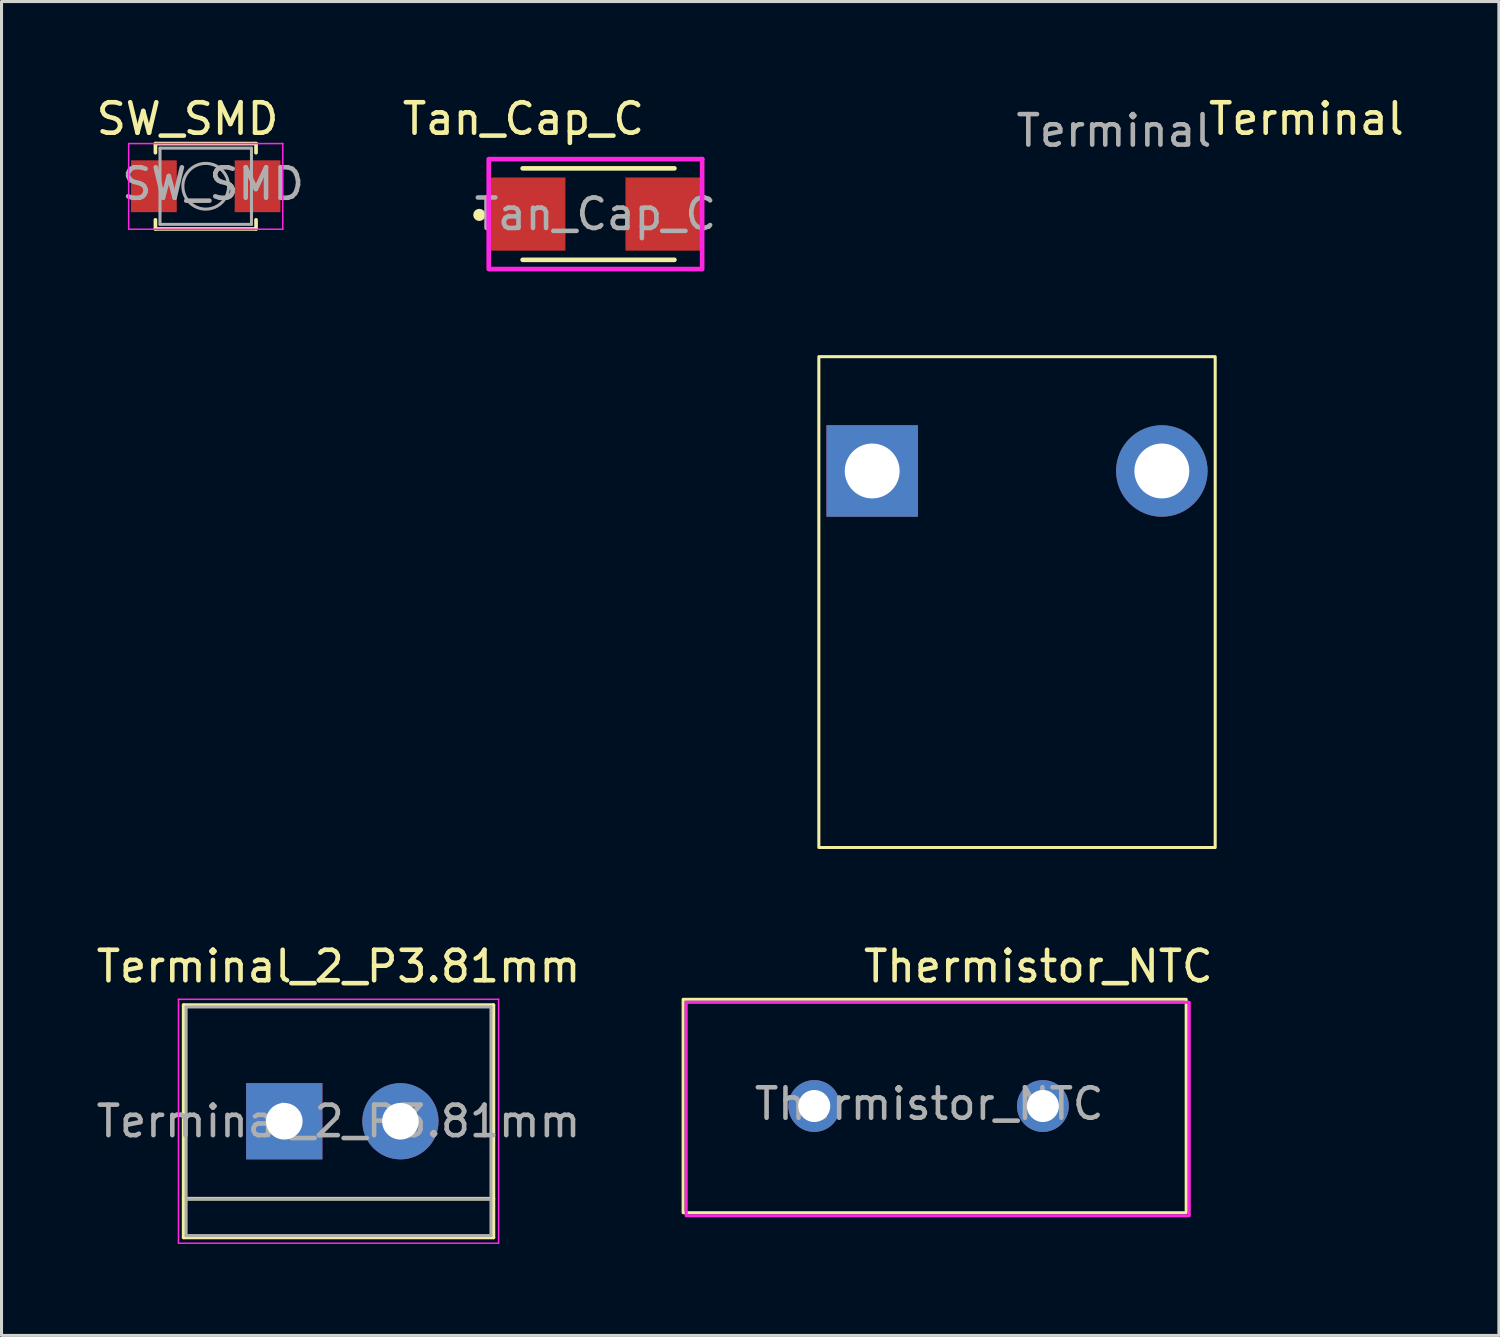
<source format=kicad_pcb>
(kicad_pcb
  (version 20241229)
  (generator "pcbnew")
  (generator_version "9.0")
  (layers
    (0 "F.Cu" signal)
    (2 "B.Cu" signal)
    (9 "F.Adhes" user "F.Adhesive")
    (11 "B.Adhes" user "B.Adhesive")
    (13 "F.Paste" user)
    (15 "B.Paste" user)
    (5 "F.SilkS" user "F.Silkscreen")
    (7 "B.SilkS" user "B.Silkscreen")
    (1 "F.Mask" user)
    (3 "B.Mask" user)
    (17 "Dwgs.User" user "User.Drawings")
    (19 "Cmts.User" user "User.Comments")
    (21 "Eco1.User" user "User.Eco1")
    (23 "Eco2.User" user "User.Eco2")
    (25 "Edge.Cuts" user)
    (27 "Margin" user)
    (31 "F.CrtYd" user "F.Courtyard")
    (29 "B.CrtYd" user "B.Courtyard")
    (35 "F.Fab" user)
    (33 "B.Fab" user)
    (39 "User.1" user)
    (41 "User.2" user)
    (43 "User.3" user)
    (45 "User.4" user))
  (footprint "Terminal"
    (layer "F.Cu")
    (at 23.808 8.648)
    (property "Reference" "Terminal" (at 15.99 -7.8 0) (unlocked yes) (layer "F.SilkS") (effects (font (size 1 1) (thickness 0.15))))
    (attr through_hole)
    (fp_rect (start 0 0) (end 13 16.1) (stroke (width 0.1) (type default)) (fill no) (layer "F.SilkS"))
    (fp_text user "${REFERENCE}" (at 9.68 -7.41 0) (unlocked yes) (layer "F.Fab") (effects (font (size 1 1) (thickness 0.15))))
    (pad "1" thru_hole rect (at 1.75 3.75) (size 3 3) (drill 1.8) (layers "*.Cu" "*.Mask"))
    (pad "2" thru_hole circle (at 11.25 3.75) (size 3 3) (drill 1.8) (layers "*.Cu" "*.Mask")))
  (footprint "Thermistor_NTC"
    (layer "F.Cu")
    (at 19.357 29.727)
    (property "Reference" "Thermistor_NTC" (at 11.65 -1.08 0) (layer "F.SilkS") (effects (font (size 1 1) (thickness 0.15))))
    (attr through_hole)
    (fp_rect (start 0 0) (end 16.5 7) (stroke (width 0.1) (type default)) (fill no) (layer "F.SilkS"))
    (fp_rect (start 0.1 0.1) (end 16.6 7.1) (stroke (width 0.1) (type default)) (fill no) (layer "F.CrtYd"))
    (fp_text user "${REFERENCE}" (at 8.07 3.43 0) (layer "F.Fab") (effects (font (size 1 1) (thickness 0.15))))
    (pad "1" thru_hole circle (at 4.3 3.5) (size 1.7 1.7) (drill 1.05) (layers "*.Cu" "*.Mask"))
    (pad "2" thru_hole circle (at 11.8 3.5) (size 1.7 1.7) (drill 1.05) (layers "*.Cu" "*.Mask")))
  (footprint "Terminal_2_P3.81mm"
    (layer "F.Cu")
    (at 5.514 33.727)
    (property "Reference" "Terminal_2_P3.81mm" (at 2.54 -5.08 0) (layer "F.SilkS") (effects (font (size 1 1) (thickness 0.15))))
    (attr through_hole)
    (fp_line (start -2.54 -3.81) (end -2.54 3.81) (stroke (width 0.12) (type solid)) (layer "F.SilkS"))
    (fp_line (start -2.54 3.81) (end 7.62 3.81) (stroke (width 0.12) (type solid)) (layer "F.SilkS"))
    (fp_line (start 7.62 -3.81) (end -2.54 -3.81) (stroke (width 0.12) (type solid)) (layer "F.SilkS"))
    (fp_line (start 7.62 2.54) (end -2.54 2.54) (stroke (width 0.12) (type solid)) (layer "F.SilkS"))
    (fp_line (start 7.62 3.81) (end 7.62 -3.81) (stroke (width 0.12) (type solid)) (layer "F.SilkS"))
    (fp_line (start -2.71 -4) (end -2.71 4) (stroke (width 0.05) (type solid)) (layer "F.CrtYd"))
    (fp_line (start -2.71 -4) (end 7.79 -4) (stroke (width 0.05) (type solid)) (layer "F.CrtYd"))
    (fp_line (start 7.79 4) (end -2.71 4) (stroke (width 0.05) (type solid)) (layer "F.CrtYd"))
    (fp_line (start 7.79 4) (end 7.79 -4) (stroke (width 0.05) (type solid)) (layer "F.CrtYd"))
    (fp_line (start -2.46 -3.75) (end -2.46 3.75) (stroke (width 0.1) (type solid)) (layer "F.Fab"))
    (fp_line (start -2.46 3.75) (end 7.54 3.75) (stroke (width 0.1) (type solid)) (layer "F.Fab"))
    (fp_line (start -2.41 2.55) (end 7.49 2.55) (stroke (width 0.1) (type solid)) (layer "F.Fab"))
    (fp_line (start 7.54 -3.75) (end -2.46 -3.75) (stroke (width 0.1) (type solid)) (layer "F.Fab"))
    (fp_line (start 7.54 3.75) (end 7.54 -3.75) (stroke (width 0.1) (type solid)) (layer "F.Fab"))
    (fp_text user "${REFERENCE}" (at 2.54 0 0) (layer "F.Fab") (effects (font (size 1 1) (thickness 0.15))))
    (pad "1" thru_hole rect (at 0.76 0) (size 2.5 2.5) (drill 1.2) (layers "*.Cu" "*.Mask"))
    (pad "2" thru_hole circle (at 4.57 0) (size 2.5 2.5) (drill 1.2) (layers "*.Cu" "*.Mask")))
  (footprint "Tan_Cap_C"
    (layer "F.Cu")
    (at 16.48 3.972)
    (property "Reference" "Tan_Cap_C" (at -2.362 -3.124 0) (unlocked yes) (layer "F.SilkS") (effects (font (size 1 1) (thickness 0.15))))
    (attr smd)
    (fp_line (start -2.388 1.5) (end 2.591 1.5) (stroke (width 0.152) (type solid)) (layer "F.SilkS"))
    (fp_line (start 2.591 -1.5) (end -2.388 -1.5) (stroke (width 0.152) (type solid)) (layer "F.SilkS"))
    (fp_circle (center -3.808 0.027) (end -3.708 0.027) (stroke (width 0.2) (type solid)) (fill no) (layer "F.SilkS"))
    (fp_line (start -3.5 1.803) (end -3.5 -1.803) (stroke (width 0.152) (type solid)) (layer "F.CrtYd"))
    (fp_line (start -3.48 -1.803) (end 3.505 -1.803) (stroke (width 0.152) (type solid)) (layer "F.CrtYd"))
    (fp_line (start 3.48 1.803) (end -3.48 1.803) (stroke (width 0.152) (type solid)) (layer "F.CrtYd"))
    (fp_line (start 3.5 -1.803) (end 3.5 1.803) (stroke (width 0.152) (type solid)) (layer "F.CrtYd"))
    (fp_circle (center -2.845 0) (end -2.845 0) (stroke (width 0.025) (type solid)) (fill no) (layer "F.Fab"))
    (fp_text user "${REFERENCE}" (at 0 0 0) (unlocked yes) (layer "F.Fab") (effects (font (size 1 1) (thickness 0.15))))
    (pad "1" smd rect (at -2.235 0 90) (size 2.4 2.5) (layers "F.Cu" "F.Mask" "F.Paste"))
    (pad "2" smd rect (at 2.235 0 90) (size 2.4 2.5) (layers "F.Cu" "F.Mask" "F.Paste")))
  (footprint "SW_SMD"
    (layer "F.Cu")
    (at 3.685 3.058)
    (property "Reference" "SW_SMD" (at -0.584 -2.21 0) (layer "F.SilkS") (effects (font (size 1 1) (thickness 0.15))))
    (attr smd)
    (fp_line (start -1.637 -1.399) (end 1.663 -1.399) (stroke (width 0.12) (type solid)) (layer "F.SilkS"))
    (fp_line (start -1.637 -1.099) (end -1.637 -1.399) (stroke (width 0.12) (type solid)) (layer "F.SilkS"))
    (fp_line (start -1.637 1.101) (end -1.637 1.401) (stroke (width 0.12) (type solid)) (layer "F.SilkS"))
    (fp_line (start -1.637 1.401) (end 1.663 1.401) (stroke (width 0.12) (type solid)) (layer "F.SilkS"))
    (fp_line (start 1.663 -1.399) (end 1.663 -1.099) (stroke (width 0.12) (type solid)) (layer "F.SilkS"))
    (fp_line (start 1.663 1.401) (end 1.663 1.101) (stroke (width 0.12) (type solid)) (layer "F.SilkS"))
    (fp_line (start -2.515 -1.4) (end -2.515 1.41) (stroke (width 0.05) (type solid)) (layer "F.CrtYd"))
    (fp_line (start -2.515 1.41) (end 2.54 1.41) (stroke (width 0.05) (type solid)) (layer "F.CrtYd"))
    (fp_line (start 2.54 -1.4) (end -2.515 -1.4) (stroke (width 0.05) (type solid)) (layer "F.CrtYd"))
    (fp_line (start 2.54 1.41) (end 2.54 -1.4) (stroke (width 0.05) (type solid)) (layer "F.CrtYd"))
    (fp_line (start -1.487 -1.249) (end 1.513 -1.249) (stroke (width 0.1) (type solid)) (layer "F.Fab"))
    (fp_line (start -1.487 1.251) (end -1.487 -1.249) (stroke (width 0.1) (type solid)) (layer "F.Fab"))
    (fp_line (start 1.513 -1.249) (end 1.513 1.251) (stroke (width 0.1) (type solid)) (layer "F.Fab"))
    (fp_line (start 1.513 1.251) (end -1.487 1.251) (stroke (width 0.1) (type solid)) (layer "F.Fab"))
    (fp_circle (center 0.013 0.001) (end 0.763 0.001) (stroke (width 0.1) (type solid)) (fill no) (layer "F.Fab"))
    (fp_text user "${REFERENCE}" (at 0.254 -0.076 0) (layer "F.Fab") (effects (font (size 1 1) (thickness 0.15))))
    (pad "1" smd rect (at -1.687 0.001) (size 1.5 1.7) (layers "F.Cu" "F.Mask" "F.Paste"))
    (pad "2" smd rect (at 1.713 0.001) (size 1.5 1.7) (layers "F.Cu" "F.Mask" "F.Paste")))
  (gr_rect
    (start -3 -3)
    (end 46.113 40.752)
    (stroke (width 0.1) (type default))
    (fill no)
    (layer "Edge.Cuts")))
</source>
